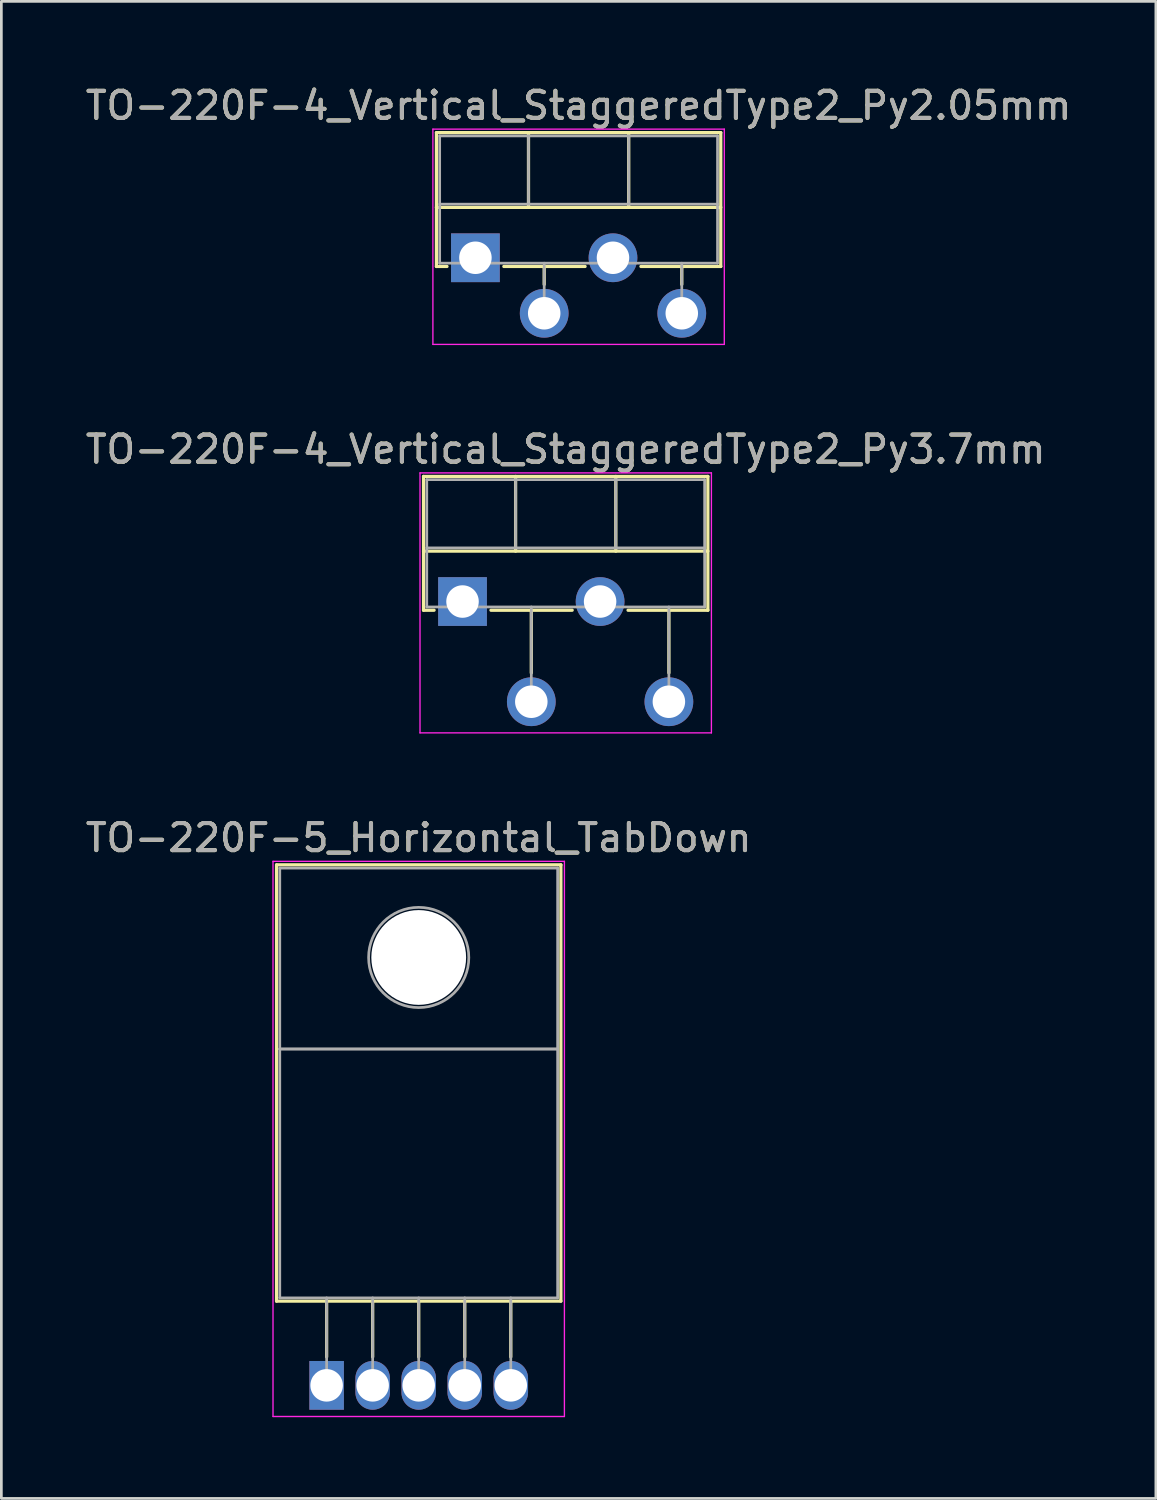
<source format=kicad_pcb>
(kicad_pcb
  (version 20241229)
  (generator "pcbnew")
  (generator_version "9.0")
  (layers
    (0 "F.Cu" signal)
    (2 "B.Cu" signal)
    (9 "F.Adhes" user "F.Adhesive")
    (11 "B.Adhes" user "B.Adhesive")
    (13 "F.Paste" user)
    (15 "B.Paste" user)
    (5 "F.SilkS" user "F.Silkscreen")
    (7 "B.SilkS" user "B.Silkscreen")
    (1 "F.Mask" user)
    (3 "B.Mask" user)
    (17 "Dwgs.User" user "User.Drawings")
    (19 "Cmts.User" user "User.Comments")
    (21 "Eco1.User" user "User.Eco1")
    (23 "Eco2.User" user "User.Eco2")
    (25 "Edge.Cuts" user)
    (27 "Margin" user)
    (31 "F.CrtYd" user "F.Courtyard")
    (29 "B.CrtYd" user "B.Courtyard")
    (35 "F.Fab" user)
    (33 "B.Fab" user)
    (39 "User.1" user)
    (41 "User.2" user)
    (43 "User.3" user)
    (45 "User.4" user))
  (footprint "TO-220F-4_Vertical_StaggeredType2_Py3.7mm"
    (layer "F.Cu")
    (at 14.029 19.162)
    (property "Reference" "TO-220F-4_Vertical_StaggeredType2_Py3.7mm" (at 3.81 -5.62 0) (layer "F.SilkS") (effects (font (size 1 1) (thickness 0.15))))
    (attr through_hole)
    (fp_line (start -1.44 -4.62) (end -1.44 0.321) (stroke (width 0.12) (type solid)) (layer "F.SilkS"))
    (fp_line (start -1.44 -4.62) (end 9.06 -4.62) (stroke (width 0.12) (type solid)) (layer "F.SilkS"))
    (fp_line (start -1.44 -1.861) (end 9.06 -1.861) (stroke (width 0.12) (type solid)) (layer "F.SilkS"))
    (fp_line (start -1.44 0.321) (end -1.05 0.321) (stroke (width 0.12) (type solid)) (layer "F.SilkS"))
    (fp_line (start 1.05 0.321) (end 4.049 0.321) (stroke (width 0.12) (type solid)) (layer "F.SilkS"))
    (fp_line (start 1.96 -4.62) (end 1.96 -1.861) (stroke (width 0.12) (type solid)) (layer "F.SilkS"))
    (fp_line (start 2.54 0.321) (end 2.54 2.635) (stroke (width 0.12) (type solid)) (layer "F.SilkS"))
    (fp_line (start 5.66 -4.62) (end 5.66 -1.861) (stroke (width 0.12) (type solid)) (layer "F.SilkS"))
    (fp_line (start 6.112 0.321) (end 9.06 0.321) (stroke (width 0.12) (type solid)) (layer "F.SilkS"))
    (fp_line (start 7.62 0.321) (end 7.62 2.635) (stroke (width 0.12) (type solid)) (layer "F.SilkS"))
    (fp_line (start 9.06 -4.62) (end 9.06 0.321) (stroke (width 0.12) (type solid)) (layer "F.SilkS"))
    (fp_line (start -1.57 -4.75) (end -1.57 4.85) (stroke (width 0.05) (type solid)) (layer "F.CrtYd"))
    (fp_line (start -1.57 4.85) (end 9.19 4.85) (stroke (width 0.05) (type solid)) (layer "F.CrtYd"))
    (fp_line (start 9.19 -4.75) (end -1.57 -4.75) (stroke (width 0.05) (type solid)) (layer "F.CrtYd"))
    (fp_line (start 9.19 4.85) (end 9.19 -4.75) (stroke (width 0.05) (type solid)) (layer "F.CrtYd"))
    (fp_line (start -1.32 -4.5) (end -1.32 0.2) (stroke (width 0.1) (type solid)) (layer "F.Fab"))
    (fp_line (start -1.32 -1.98) (end 8.94 -1.98) (stroke (width 0.1) (type solid)) (layer "F.Fab"))
    (fp_line (start -1.32 0.2) (end 8.94 0.2) (stroke (width 0.1) (type solid)) (layer "F.Fab"))
    (fp_line (start 1.96 -4.5) (end 1.96 -1.98) (stroke (width 0.1) (type solid)) (layer "F.Fab"))
    (fp_line (start 2.54 0.2) (end 2.54 3.7) (stroke (width 0.1) (type solid)) (layer "F.Fab"))
    (fp_line (start 5.66 -4.5) (end 5.66 -1.98) (stroke (width 0.1) (type solid)) (layer "F.Fab"))
    (fp_line (start 7.62 0.2) (end 7.62 3.7) (stroke (width 0.1) (type solid)) (layer "F.Fab"))
    (fp_line (start 8.94 -4.5) (end -1.32 -4.5) (stroke (width 0.1) (type solid)) (layer "F.Fab"))
    (fp_line (start 8.94 0.2) (end 8.94 -4.5) (stroke (width 0.1) (type solid)) (layer "F.Fab"))
    (fp_text user "${REFERENCE}" (at 3.81 -5.62 0) (layer "F.Fab") (effects (font (size 1 1) (thickness 0.15))))
    (pad "1" thru_hole rect (at 0 0) (size 1.8 1.8) (drill 1.2) (layers "*.Cu" "*.Mask"))
    (pad "2" thru_hole oval (at 2.54 3.7) (size 1.8 1.8) (drill 1.2) (layers "*.Cu" "*.Mask"))
    (pad "3" thru_hole oval (at 5.08 0) (size 1.8 1.8) (drill 1.2) (layers "*.Cu" "*.Mask"))
    (pad "4" thru_hole oval (at 7.62 3.7) (size 1.8 1.8) (drill 1.2) (layers "*.Cu" "*.Mask")))
  (footprint "TO-220F-5_Horizontal_TabDown"
    (layer "F.Cu")
    (at 9.011 48.105)
    (property "Reference" "TO-220F-5_Horizontal_TabDown" (at 3.4 -20.22 0) (layer "F.SilkS") (effects (font (size 1 1) (thickness 0.15))))
    (attr through_hole)
    (fp_line (start -1.85 -19.22) (end -1.85 -3.11) (stroke (width 0.12) (type solid)) (layer "F.SilkS"))
    (fp_line (start -1.85 -19.22) (end 8.65 -19.22) (stroke (width 0.12) (type solid)) (layer "F.SilkS"))
    (fp_line (start -1.85 -3.11) (end 8.65 -3.11) (stroke (width 0.12) (type solid)) (layer "F.SilkS"))
    (fp_line (start 0 -3.11) (end 0 -1.05) (stroke (width 0.12) (type solid)) (layer "F.SilkS"))
    (fp_line (start 1.7 -3.11) (end 1.7 -1.05) (stroke (width 0.12) (type solid)) (layer "F.SilkS"))
    (fp_line (start 3.4 -3.11) (end 3.4 -1.05) (stroke (width 0.12) (type solid)) (layer "F.SilkS"))
    (fp_line (start 5.1 -3.11) (end 5.1 -1.05) (stroke (width 0.12) (type solid)) (layer "F.SilkS"))
    (fp_line (start 6.8 -3.11) (end 6.8 -1.05) (stroke (width 0.12) (type solid)) (layer "F.SilkS"))
    (fp_line (start 8.65 -19.22) (end 8.65 -3.11) (stroke (width 0.12) (type solid)) (layer "F.SilkS"))
    (fp_line (start -1.98 -19.35) (end -1.98 1.15) (stroke (width 0.05) (type solid)) (layer "F.CrtYd"))
    (fp_line (start -1.98 1.15) (end 8.78 1.15) (stroke (width 0.05) (type solid)) (layer "F.CrtYd"))
    (fp_line (start 8.78 -19.35) (end -1.98 -19.35) (stroke (width 0.05) (type solid)) (layer "F.CrtYd"))
    (fp_line (start 8.78 1.15) (end 8.78 -19.35) (stroke (width 0.05) (type solid)) (layer "F.CrtYd"))
    (fp_line (start -1.73 -19.1) (end 8.53 -19.1) (stroke (width 0.1) (type solid)) (layer "F.Fab"))
    (fp_line (start -1.73 -12.42) (end -1.73 -19.1) (stroke (width 0.1) (type solid)) (layer "F.Fab"))
    (fp_line (start -1.73 -12.42) (end 8.53 -12.42) (stroke (width 0.1) (type solid)) (layer "F.Fab"))
    (fp_line (start -1.73 -3.23) (end -1.73 -12.42) (stroke (width 0.1) (type solid)) (layer "F.Fab"))
    (fp_line (start 0 -3.23) (end 0 0) (stroke (width 0.1) (type solid)) (layer "F.Fab"))
    (fp_line (start 1.7 -3.23) (end 1.7 0) (stroke (width 0.1) (type solid)) (layer "F.Fab"))
    (fp_line (start 3.4 -3.23) (end 3.4 0) (stroke (width 0.1) (type solid)) (layer "F.Fab"))
    (fp_line (start 5.1 -3.23) (end 5.1 0) (stroke (width 0.1) (type solid)) (layer "F.Fab"))
    (fp_line (start 6.8 -3.23) (end 6.8 0) (stroke (width 0.1) (type solid)) (layer "F.Fab"))
    (fp_line (start 8.53 -19.1) (end 8.53 -12.42) (stroke (width 0.1) (type solid)) (layer "F.Fab"))
    (fp_line (start 8.53 -12.42) (end -1.73 -12.42) (stroke (width 0.1) (type solid)) (layer "F.Fab"))
    (fp_line (start 8.53 -12.42) (end 8.53 -3.23) (stroke (width 0.1) (type solid)) (layer "F.Fab"))
    (fp_line (start 8.53 -3.23) (end -1.73 -3.23) (stroke (width 0.1) (type solid)) (layer "F.Fab"))
    (fp_circle (center 3.4 -15.8) (end 5.25 -15.8) (stroke (width 0.1) (type solid)) (fill no) (layer "F.Fab"))
    (fp_text user "${REFERENCE}" (at 3.4 -20.22 0) (layer "F.Fab") (effects (font (size 1 1) (thickness 0.15))))
    (pad "" np_thru_hole oval (at 3.4 -15.8) (size 3.5 3.5) (drill 3.5) (layers "*.Cu" "*.Mask"))
    (pad "1" thru_hole rect (at 0 0) (size 1.275 1.8) (drill 1.2) (layers "*.Cu" "*.Mask"))
    (pad "2" thru_hole oval (at 1.7 0) (size 1.275 1.8) (drill 1.2) (layers "*.Cu" "*.Mask"))
    (pad "3" thru_hole oval (at 3.4 0) (size 1.275 1.8) (drill 1.2) (layers "*.Cu" "*.Mask"))
    (pad "4" thru_hole oval (at 5.1 0) (size 1.275 1.8) (drill 1.2) (layers "*.Cu" "*.Mask"))
    (pad "5" thru_hole oval (at 6.8 0) (size 1.275 1.8) (drill 1.2) (layers "*.Cu" "*.Mask")))
  (footprint "TO-220F-4_Vertical_StaggeredType2_Py2.05mm"
    (layer "F.Cu")
    (at 14.505 6.468)
    (property "Reference" "TO-220F-4_Vertical_StaggeredType2_Py2.05mm" (at 3.81 -5.62 0) (layer "F.SilkS") (effects (font (size 1 1) (thickness 0.15))))
    (attr through_hole)
    (fp_line (start -1.44 -4.62) (end -1.44 0.321) (stroke (width 0.12) (type solid)) (layer "F.SilkS"))
    (fp_line (start -1.44 -4.62) (end 9.06 -4.62) (stroke (width 0.12) (type solid)) (layer "F.SilkS"))
    (fp_line (start -1.44 -1.861) (end 9.06 -1.861) (stroke (width 0.12) (type solid)) (layer "F.SilkS"))
    (fp_line (start -1.44 0.321) (end -1.05 0.321) (stroke (width 0.12) (type solid)) (layer "F.SilkS"))
    (fp_line (start 1.05 0.321) (end 4.049 0.321) (stroke (width 0.12) (type solid)) (layer "F.SilkS"))
    (fp_line (start 1.96 -4.62) (end 1.96 -1.861) (stroke (width 0.12) (type solid)) (layer "F.SilkS"))
    (fp_line (start 2.54 0.321) (end 2.54 0.985) (stroke (width 0.12) (type solid)) (layer "F.SilkS"))
    (fp_line (start 5.66 -4.62) (end 5.66 -1.861) (stroke (width 0.12) (type solid)) (layer "F.SilkS"))
    (fp_line (start 6.112 0.321) (end 9.06 0.321) (stroke (width 0.12) (type solid)) (layer "F.SilkS"))
    (fp_line (start 7.62 0.321) (end 7.62 0.985) (stroke (width 0.12) (type solid)) (layer "F.SilkS"))
    (fp_line (start 9.06 -4.62) (end 9.06 0.321) (stroke (width 0.12) (type solid)) (layer "F.SilkS"))
    (fp_line (start -1.57 -4.75) (end -1.57 3.2) (stroke (width 0.05) (type solid)) (layer "F.CrtYd"))
    (fp_line (start -1.57 3.2) (end 9.19 3.2) (stroke (width 0.05) (type solid)) (layer "F.CrtYd"))
    (fp_line (start 9.19 -4.75) (end -1.57 -4.75) (stroke (width 0.05) (type solid)) (layer "F.CrtYd"))
    (fp_line (start 9.19 3.2) (end 9.19 -4.75) (stroke (width 0.05) (type solid)) (layer "F.CrtYd"))
    (fp_line (start -1.32 -4.5) (end -1.32 0.2) (stroke (width 0.1) (type solid)) (layer "F.Fab"))
    (fp_line (start -1.32 -1.98) (end 8.94 -1.98) (stroke (width 0.1) (type solid)) (layer "F.Fab"))
    (fp_line (start -1.32 0.2) (end 8.94 0.2) (stroke (width 0.1) (type solid)) (layer "F.Fab"))
    (fp_line (start 1.96 -4.5) (end 1.96 -1.98) (stroke (width 0.1) (type solid)) (layer "F.Fab"))
    (fp_line (start 2.54 0.2) (end 2.54 2.05) (stroke (width 0.1) (type solid)) (layer "F.Fab"))
    (fp_line (start 5.66 -4.5) (end 5.66 -1.98) (stroke (width 0.1) (type solid)) (layer "F.Fab"))
    (fp_line (start 7.62 0.2) (end 7.62 2.05) (stroke (width 0.1) (type solid)) (layer "F.Fab"))
    (fp_line (start 8.94 -4.5) (end -1.32 -4.5) (stroke (width 0.1) (type solid)) (layer "F.Fab"))
    (fp_line (start 8.94 0.2) (end 8.94 -4.5) (stroke (width 0.1) (type solid)) (layer "F.Fab"))
    (fp_text user "${REFERENCE}" (at 3.81 -5.62 0) (layer "F.Fab") (effects (font (size 1 1) (thickness 0.15))))
    (pad "1" thru_hole rect (at 0 0) (size 1.8 1.8) (drill 1.2) (layers "*.Cu" "*.Mask"))
    (pad "2" thru_hole oval (at 2.54 2.05) (size 1.8 1.8) (drill 1.2) (layers "*.Cu" "*.Mask"))
    (pad "3" thru_hole oval (at 5.08 0) (size 1.8 1.8) (drill 1.2) (layers "*.Cu" "*.Mask"))
    (pad "4" thru_hole oval (at 7.62 2.05) (size 1.8 1.8) (drill 1.2) (layers "*.Cu" "*.Mask")))
  (gr_rect
    (start -3 -3)
    (end 39.631 52.28)
    (stroke (width 0.1) (type default))
    (fill no)
    (layer "Edge.Cuts")))
</source>
